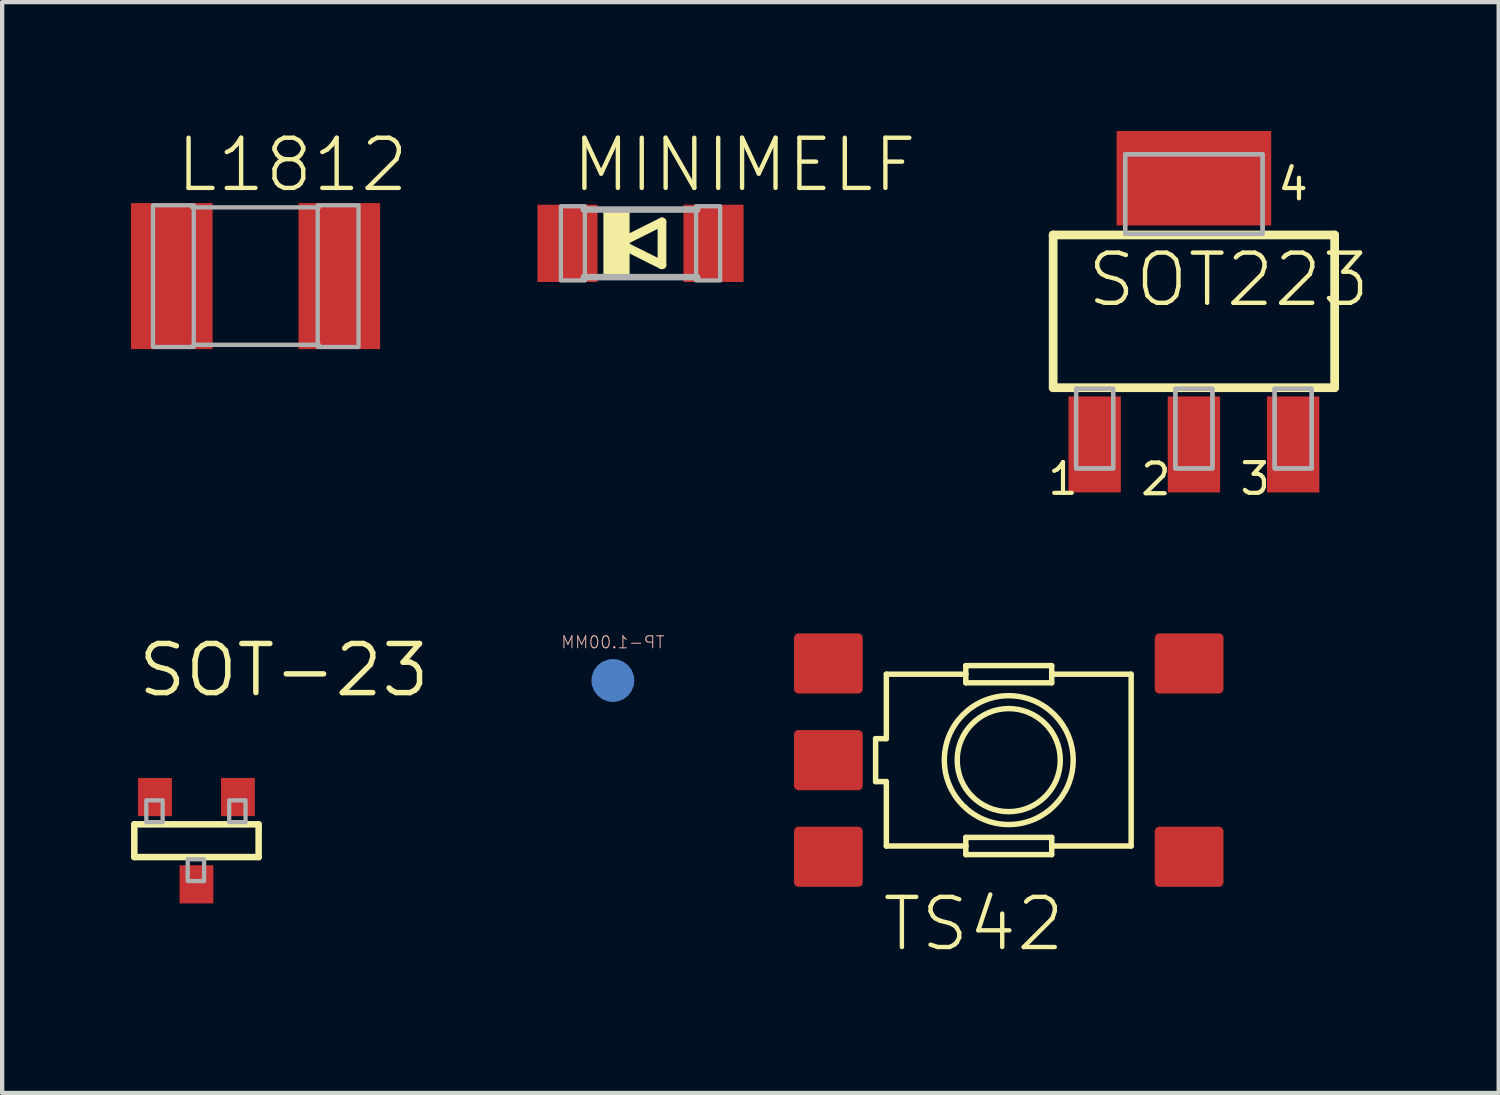
<source format=kicad_pcb>
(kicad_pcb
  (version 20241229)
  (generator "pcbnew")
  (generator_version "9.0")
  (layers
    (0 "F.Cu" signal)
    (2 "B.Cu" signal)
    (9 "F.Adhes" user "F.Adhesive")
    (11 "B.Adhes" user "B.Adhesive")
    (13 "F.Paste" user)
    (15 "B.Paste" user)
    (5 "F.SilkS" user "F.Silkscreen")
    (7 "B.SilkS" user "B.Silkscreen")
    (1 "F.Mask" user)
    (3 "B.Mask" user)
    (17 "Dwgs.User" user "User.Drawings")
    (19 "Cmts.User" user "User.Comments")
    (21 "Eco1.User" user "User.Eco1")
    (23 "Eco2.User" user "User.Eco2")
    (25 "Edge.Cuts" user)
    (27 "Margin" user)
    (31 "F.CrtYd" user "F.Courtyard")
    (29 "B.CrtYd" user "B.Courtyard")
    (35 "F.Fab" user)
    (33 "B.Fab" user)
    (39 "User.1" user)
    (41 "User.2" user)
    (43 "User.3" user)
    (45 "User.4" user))
  (footprint "TP-1.00MM"
    (layer "F.Cu")
    (at 11.22 12.794)
    (property "Reference" "TP-1.00MM" (at 0 -0.889 0) (layer "B.SilkS") (effects (font (size 0.28 0.28) (thickness 0.024)) (justify mirror)))
    (pad "X" smd roundrect (at 0 0) (size 1 1) (layers "B.Cu" "B.Mask") (roundrect_rratio 0.5)))
  (footprint "TS42"
    (layer "F.Cu")
    (at 20.437 14.648)
    (property "Reference" "TS42" (at -3 4.5 0) (layer "F.SilkS") (effects (font (size 1.168 1.168) (thickness 0.102)) (justify left bottom)))
    (fp_line (start -3.1 -0.5) (end -3.1 0.5) (stroke (width 0.127) (type solid)) (layer "F.SilkS"))
    (fp_line (start -3.1 0.5) (end -2.85 0.5) (stroke (width 0.127) (type solid)) (layer "F.SilkS"))
    (fp_line (start -2.85 -2) (end -2.85 -0.5) (stroke (width 0.127) (type solid)) (layer "F.SilkS"))
    (fp_line (start -2.85 -2) (end -1 -2) (stroke (width 0.127) (type solid)) (layer "F.SilkS"))
    (fp_line (start -2.85 -0.5) (end -3.1 -0.5) (stroke (width 0.127) (type solid)) (layer "F.SilkS"))
    (fp_line (start -2.85 0.5) (end -2.85 2) (stroke (width 0.127) (type solid)) (layer "F.SilkS"))
    (fp_line (start -1 -2.2) (end -1 -2) (stroke (width 0.127) (type solid)) (layer "F.SilkS"))
    (fp_line (start -1 -2) (end -1 -1.8) (stroke (width 0.127) (type solid)) (layer "F.SilkS"))
    (fp_line (start -1 -1.8) (end 1 -1.8) (stroke (width 0.127) (type solid)) (layer "F.SilkS"))
    (fp_line (start -1 1.8) (end -1 2) (stroke (width 0.127) (type solid)) (layer "F.SilkS"))
    (fp_line (start -1 2) (end -2.85 2) (stroke (width 0.127) (type solid)) (layer "F.SilkS"))
    (fp_line (start -1 2) (end -1 2.2) (stroke (width 0.127) (type solid)) (layer "F.SilkS"))
    (fp_line (start -1 2.2) (end 1 2.2) (stroke (width 0.127) (type solid)) (layer "F.SilkS"))
    (fp_line (start 1 -2.2) (end -1 -2.2) (stroke (width 0.127) (type solid)) (layer "F.SilkS"))
    (fp_line (start 1 -2) (end 1 -2.2) (stroke (width 0.127) (type solid)) (layer "F.SilkS"))
    (fp_line (start 1 -2) (end 2.85 -2) (stroke (width 0.127) (type solid)) (layer "F.SilkS"))
    (fp_line (start 1 -1.8) (end 1 -2) (stroke (width 0.127) (type solid)) (layer "F.SilkS"))
    (fp_line (start 1 1.8) (end -1 1.8) (stroke (width 0.127) (type solid)) (layer "F.SilkS"))
    (fp_line (start 1 2) (end 1 1.8) (stroke (width 0.127) (type solid)) (layer "F.SilkS"))
    (fp_line (start 1 2) (end 2.85 2) (stroke (width 0.127) (type solid)) (layer "F.SilkS"))
    (fp_line (start 1 2.2) (end 1 2) (stroke (width 0.127) (type solid)) (layer "F.SilkS"))
    (fp_line (start 2.85 2) (end 2.85 -2) (stroke (width 0.127) (type solid)) (layer "F.SilkS"))
    (fp_circle (center 0 0) (end 1.2 0) (stroke (width 0.127) (type solid)) (fill no) (layer "F.SilkS"))
    (fp_circle (center 0 0) (end 1.5 0) (stroke (width 0.127) (type solid)) (fill no) (layer "F.SilkS"))
    (pad "1" smd roundrect (at -4.2 -2.25) (size 1.6 1.4) (layers "F.Cu" "F.Mask" "F.Paste") (roundrect_rratio 0.075))
    (pad "2" smd roundrect (at 4.2 -2.25) (size 1.6 1.4) (layers "F.Cu" "F.Mask" "F.Paste") (roundrect_rratio 0.075))
    (pad "3" smd roundrect (at -4.2 2.25) (size 1.6 1.4) (layers "F.Cu" "F.Mask" "F.Paste") (roundrect_rratio 0.075))
    (pad "4" smd roundrect (at 4.2 2.25) (size 1.6 1.4) (layers "F.Cu" "F.Mask" "F.Paste") (roundrect_rratio 0.075))
    (pad "5" smd roundrect (at -4.2 0) (size 1.6 1.4) (layers "F.Cu" "F.Mask" "F.Paste") (roundrect_rratio 0.075)))
  (footprint "MINIMELF"
    (layer "F.Cu")
    (at 11.863 2.616)
    (property "Reference" "MINIMELF" (at -1.651 -1.143 0) (layer "F.SilkS") (effects (font (size 1.168 1.168) (thickness 0.102)) (justify left bottom)))
    (fp_line (start -0.5 0) (end 0.5 0.5) (stroke (width 0.203) (type solid)) (layer "F.SilkS"))
    (fp_line (start 0.5 -0.5) (end -0.5 0) (stroke (width 0.203) (type solid)) (layer "F.SilkS"))
    (fp_line (start 0.5 0.5) (end 0.5 -0.5) (stroke (width 0.203) (type solid)) (layer "F.SilkS"))
    (fp_poly (pts (xy -0.864 0.787) (xy -0.254 0.787) (xy -0.254 -0.787) (xy -0.864 -0.787)) (stroke (width 0) (type default)) (fill yes) (layer "F.SilkS"))
    (fp_line (start 1.321 -0.787) (end -1.321 -0.787) (stroke (width 0.152) (type solid)) (layer "F.Fab"))
    (fp_line (start 1.321 0.787) (end -1.321 0.787) (stroke (width 0.152) (type solid)) (layer "F.Fab"))
    (fp_poly (pts (xy -1.854 0.864) (xy -1.295 0.864) (xy -1.295 -0.864) (xy -1.854 -0.864)) (stroke (width 0.1) (type default)) (fill no) (layer "F.Fab"))
    (fp_poly (pts (xy 1.295 0.864) (xy 1.854 0.864) (xy 1.854 -0.864) (xy 1.295 -0.864)) (stroke (width 0.1) (type default)) (fill no) (layer "F.Fab"))
    (pad "A" smd rect (at 1.7 0) (size 1.4 1.8) (layers "F.Cu" "F.Mask" "F.Paste"))
    (pad "C" smd rect (at -1.7 0) (size 1.4 1.8) (layers "F.Cu" "F.Mask" "F.Paste")))
  (footprint "SOT-23"
    (layer "F.Cu")
    (at 1.499 16.524)
    (property "Reference" "SOT-23" (at -1.397 -3.302 0) (layer "F.SilkS") (effects (font (size 1.143 1.143) (thickness 0.127)) (justify left bottom)))
    (fp_line (start -1.422 -0.381) (end 1.473 -0.381) (stroke (width 0.152) (type solid)) (layer "F.SilkS"))
    (fp_line (start -1.422 0.381) (end -1.422 -0.381) (stroke (width 0.152) (type solid)) (layer "F.SilkS"))
    (fp_line (start 1.473 -0.381) (end 1.473 0.381) (stroke (width 0.152) (type solid)) (layer "F.SilkS"))
    (fp_line (start 1.473 0.381) (end -1.422 0.381) (stroke (width 0.152) (type solid)) (layer "F.SilkS"))
    (fp_poly (pts (xy -1.143 -0.432) (xy -0.762 -0.432) (xy -0.762 -0.94) (xy -1.143 -0.94)) (stroke (width 0.1) (type default)) (fill no) (layer "F.Fab"))
    (fp_poly (pts (xy -0.178 0.94) (xy 0.203 0.94) (xy 0.203 0.432) (xy -0.178 0.432)) (stroke (width 0.1) (type default)) (fill no) (layer "F.Fab"))
    (fp_poly (pts (xy 0.787 -0.432) (xy 1.168 -0.432) (xy 1.168 -0.94) (xy 0.787 -0.94)) (stroke (width 0.1) (type default)) (fill no) (layer "F.Fab"))
    (pad "1" smd rect (at 0.025 1.016) (size 0.787 0.889) (layers "F.Cu" "F.Mask" "F.Paste"))
    (pad "2" smd rect (at -0.94 -1.016) (size 0.787 0.889) (layers "F.Cu" "F.Mask" "F.Paste"))
    (pad "3" smd rect (at 0.991 -1.016) (size 0.787 0.889) (layers "F.Cu" "F.Mask" "F.Paste")))
  (footprint "L1812"
    (layer "F.Cu")
    (at 2.9 3.378)
    (property "Reference" "L1812" (at -1.905 -1.905 0) (layer "F.SilkS") (effects (font (size 1.168 1.168) (thickness 0.102)) (justify left bottom)))
    (fp_line (start -1.473 -1.6) (end 1.473 -1.6) (stroke (width 0.102) (type solid)) (layer "F.Fab"))
    (fp_line (start -1.448 1.6) (end 1.473 1.6) (stroke (width 0.102) (type solid)) (layer "F.Fab"))
    (fp_poly (pts (xy -2.388 1.651) (xy -1.438 1.651) (xy -1.438 -1.649) (xy -2.388 -1.649)) (stroke (width 0.1) (type default)) (fill no) (layer "F.Fab"))
    (fp_poly (pts (xy 1.448 1.651) (xy 2.398 1.651) (xy 2.398 -1.649) (xy 1.448 -1.649)) (stroke (width 0.1) (type default)) (fill no) (layer "F.Fab"))
    (pad "1" smd rect (at -1.95 0) (size 1.9 3.4) (layers "F.Cu" "F.Mask" "F.Paste"))
    (pad "2" smd rect (at 1.95 0) (size 1.9 3.4) (layers "F.Cu" "F.Mask" "F.Paste")))
  (footprint "SOT223"
    (layer "F.Cu")
    (at 24.748 4.199)
    (property "Reference" "SOT223" (at -2.54 -0.051 0) (layer "F.SilkS") (effects (font (size 1.168 1.168) (thickness 0.102)) (justify left bottom)))
    (fp_line (start -3.277 -1.778) (end 3.277 -1.778) (stroke (width 0.203) (type solid)) (layer "F.SilkS"))
    (fp_line (start -3.277 1.778) (end -3.277 -1.778) (stroke (width 0.203) (type solid)) (layer "F.SilkS"))
    (fp_line (start 3.277 -1.778) (end 3.277 1.778) (stroke (width 0.203) (type solid)) (layer "F.SilkS"))
    (fp_line (start 3.277 1.778) (end -3.277 1.778) (stroke (width 0.203) (type solid)) (layer "F.SilkS"))
    (fp_poly (pts (xy -2.743 3.658) (xy -1.88 3.658) (xy -1.88 1.803) (xy -2.743 1.803)) (stroke (width 0.1) (type default)) (fill no) (layer "F.Fab"))
    (fp_poly (pts (xy -2.743 3.658) (xy -1.88 3.658) (xy -1.88 1.803) (xy -2.743 1.803)) (stroke (width 0.1) (type default)) (fill no) (layer "F.Fab"))
    (fp_poly (pts (xy -1.6 -1.803) (xy 1.6 -1.803) (xy 1.6 -3.658) (xy -1.6 -3.658)) (stroke (width 0.1) (type default)) (fill no) (layer "F.Fab"))
    (fp_poly (pts (xy -1.6 -1.803) (xy 1.6 -1.803) (xy 1.6 -3.658) (xy -1.6 -3.658)) (stroke (width 0.1) (type default)) (fill no) (layer "F.Fab"))
    (fp_poly (pts (xy -0.432 3.658) (xy 0.432 3.658) (xy 0.432 1.803) (xy -0.432 1.803)) (stroke (width 0.1) (type default)) (fill no) (layer "F.Fab"))
    (fp_poly (pts (xy -0.432 3.658) (xy 0.432 3.658) (xy 0.432 1.803) (xy -0.432 1.803)) (stroke (width 0.1) (type default)) (fill no) (layer "F.Fab"))
    (fp_poly (pts (xy 1.88 3.658) (xy 2.743 3.658) (xy 2.743 1.803) (xy 1.88 1.803)) (stroke (width 0.1) (type default)) (fill no) (layer "F.Fab"))
    (fp_poly (pts (xy 1.88 3.658) (xy 2.743 3.658) (xy 2.743 1.803) (xy 1.88 1.803)) (stroke (width 0.1) (type default)) (fill no) (layer "F.Fab"))
    (fp_text user "3" (at 1.021 4.318 0) (layer "F.SilkS") (effects (font (size 0.715 0.715) (thickness 0.098)) (justify left bottom)))
    (fp_text user "1" (at -3.453 4.318 0) (layer "F.SilkS") (effects (font (size 0.715 0.715) (thickness 0.098)) (justify left bottom)))
    (fp_text user "2" (at -1.291 4.327 0) (layer "F.SilkS") (effects (font (size 0.715 0.715) (thickness 0.098)) (justify left bottom)))
    (fp_text user "4" (at 1.905 -2.54 0) (layer "F.SilkS") (effects (font (size 0.715 0.715) (thickness 0.098)) (justify left bottom)))
    (pad "1" smd rect (at -2.311 3.099) (size 1.219 2.235) (layers "F.Cu" "F.Mask" "F.Paste"))
    (pad "2" smd rect (at 0 3.099) (size 1.219 2.235) (layers "F.Cu" "F.Mask" "F.Paste"))
    (pad "3" smd rect (at 2.311 3.099) (size 1.219 2.235) (layers "F.Cu" "F.Mask" "F.Paste"))
    (pad "4" smd rect (at 0 -3.099) (size 3.6 2.2) (layers "F.Cu" "F.Mask" "F.Paste")))
  (gr_rect
    (start -3 -3)
    (end 31.844 22.398)
    (stroke (width 0.1) (type default))
    (fill no)
    (layer "Edge.Cuts")))
</source>
